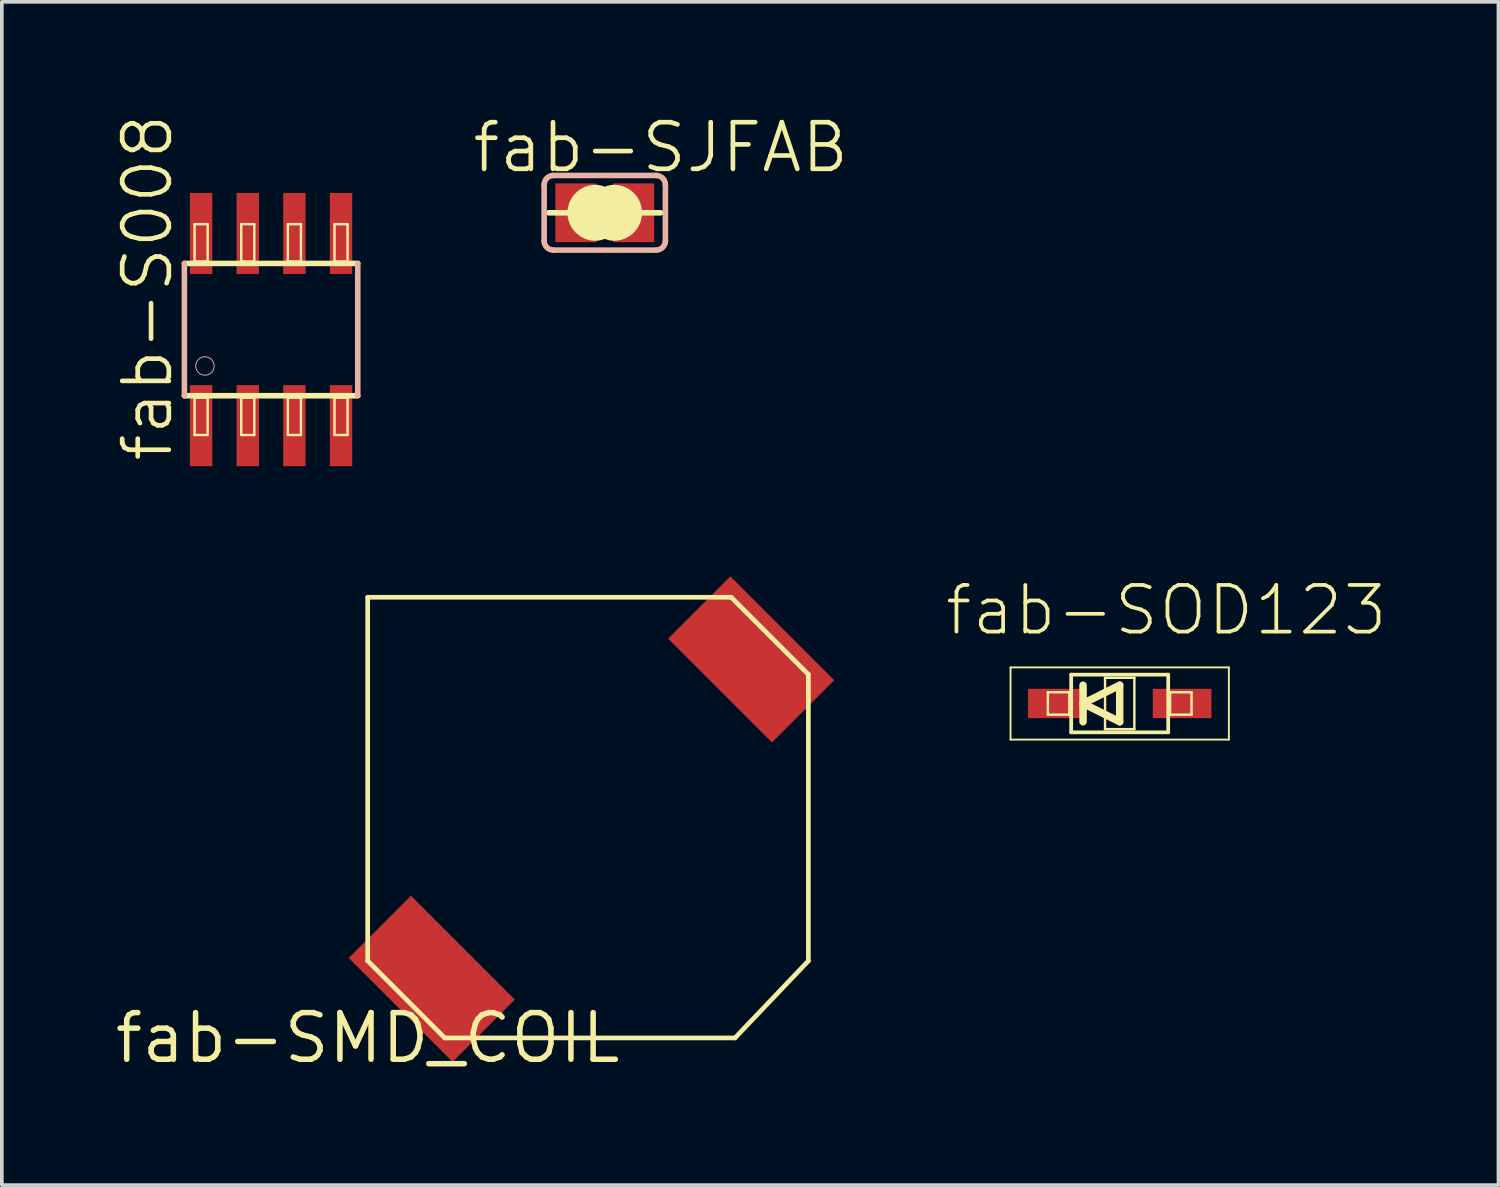
<source format=kicad_pcb>
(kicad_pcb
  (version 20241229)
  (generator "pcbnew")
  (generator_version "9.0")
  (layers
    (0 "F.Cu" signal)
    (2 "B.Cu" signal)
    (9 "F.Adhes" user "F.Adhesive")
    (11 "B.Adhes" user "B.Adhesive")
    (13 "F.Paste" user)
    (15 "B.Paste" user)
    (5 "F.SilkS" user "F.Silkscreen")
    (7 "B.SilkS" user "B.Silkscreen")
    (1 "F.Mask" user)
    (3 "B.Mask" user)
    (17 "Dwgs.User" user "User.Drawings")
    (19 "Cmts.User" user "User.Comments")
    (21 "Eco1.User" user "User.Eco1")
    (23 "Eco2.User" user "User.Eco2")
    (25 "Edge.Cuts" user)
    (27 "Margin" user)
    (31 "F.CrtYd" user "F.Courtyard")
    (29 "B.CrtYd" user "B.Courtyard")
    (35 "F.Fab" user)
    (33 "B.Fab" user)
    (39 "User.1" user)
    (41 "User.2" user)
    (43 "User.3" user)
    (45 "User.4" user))
  (footprint "fab-SJFAB"
    (layer "F.Cu")
    (at 13.417 2.744)
    (property "Reference" "fab-SJFAB" (at 1.524 -1.778 0) (layer "F.SilkS") (effects (font (size 1.27 1.27) (thickness 0.127))))
    (attr smd)
    (fp_line (start -1.016 0) (end -1.524 0) (stroke (width 0.152) (type solid)) (layer "F.SilkS"))
    (fp_line (start 1.016 0) (end 1.524 0) (stroke (width 0.152) (type solid)) (layer "F.SilkS"))
    (fp_arc (start -0.254 0.127) (mid -0.381 0) (end -0.254 -0.127) (stroke (width 1.27) (type solid)) (layer "F.SilkS"))
    (fp_arc (start 0.254 -0.127) (mid 0.381 0) (end 0.254 0.127) (stroke (width 1.27) (type solid)) (layer "F.SilkS"))
    (fp_line (start -1.651 0.762) (end -1.651 -0.762) (stroke (width 0.152) (type solid)) (layer "B.SilkS"))
    (fp_line (start -1.397 -1.016) (end 1.397 -1.016) (stroke (width 0.152) (type solid)) (layer "B.SilkS"))
    (fp_line (start 1.397 1.016) (end -1.397 1.016) (stroke (width 0.152) (type solid)) (layer "B.SilkS"))
    (fp_line (start 1.651 0.762) (end 1.651 -0.762) (stroke (width 0.152) (type solid)) (layer "B.SilkS"))
    (fp_arc (start -1.651 -0.762) (mid -1.576605 -0.941605) (end -1.397 -1.016) (stroke (width 0.1524) (type solid)) (layer "B.SilkS"))
    (fp_arc (start -1.397 1.016) (mid -1.576605 0.941605) (end -1.651 0.762) (stroke (width 0.1524) (type solid)) (layer "B.SilkS"))
    (fp_arc (start 1.397 -1.016) (mid 1.576605 -0.941605) (end 1.651 -0.762) (stroke (width 0.1524) (type solid)) (layer "B.SilkS"))
    (fp_arc (start 1.651 0.762) (mid 1.576605 0.941605) (end 1.397 1.016) (stroke (width 0.1524) (type solid)) (layer "B.SilkS"))
    (pad "1" smd rect (at -0.787 0) (size 1.118 1.6) (layers "F.Cu" "F.Mask" "F.Paste"))
    (pad "2" smd rect (at 0.787 0) (size 1.118 1.6) (layers "F.Cu" "F.Mask" "F.Paste")))
  (footprint "fab-SOD123"
    (layer "F.Cu")
    (at 27.438 16.105)
    (property "Reference" "fab-SOD123" (at 1.27 -2.54 0) (layer "F.SilkS") (effects (font (size 1.27 1.27) (thickness 0.102))))
    (attr smd)
    (fp_line (start -2.972 -0.983) (end 2.972 -0.983) (stroke (width 0.051) (type solid)) (layer "F.SilkS"))
    (fp_line (start -2.972 0.983) (end -2.972 -0.983) (stroke (width 0.051) (type solid)) (layer "F.SilkS"))
    (fp_line (start -1.956 -0.305) (end -1.372 -0.305) (stroke (width 0.066) (type solid)) (layer "F.SilkS"))
    (fp_line (start -1.956 0.305) (end -1.956 -0.305) (stroke (width 0.066) (type solid)) (layer "F.SilkS"))
    (fp_line (start -1.956 0.305) (end -1.372 0.305) (stroke (width 0.066) (type solid)) (layer "F.SilkS"))
    (fp_line (start -1.372 0.305) (end -1.372 -0.305) (stroke (width 0.066) (type solid)) (layer "F.SilkS"))
    (fp_line (start -1.321 -0.785) (end 1.321 -0.785) (stroke (width 0.102) (type solid)) (layer "F.SilkS"))
    (fp_line (start -1.321 0.785) (end -1.321 -0.785) (stroke (width 0.102) (type solid)) (layer "F.SilkS"))
    (fp_line (start -1.321 0.785) (end 1.321 0.785) (stroke (width 0.102) (type solid)) (layer "F.SilkS"))
    (fp_line (start -0.998 -0.498) (end -0.998 0) (stroke (width 0.203) (type solid)) (layer "F.SilkS"))
    (fp_line (start -0.998 0) (end -0.998 0.498) (stroke (width 0.203) (type solid)) (layer "F.SilkS"))
    (fp_line (start -0.998 0) (end 0 -0.498) (stroke (width 0.203) (type solid)) (layer "F.SilkS"))
    (fp_line (start -0.399 -0.699) (end 0.399 -0.699) (stroke (width 0.066) (type solid)) (layer "F.SilkS"))
    (fp_line (start -0.399 0.699) (end -0.399 -0.699) (stroke (width 0.066) (type solid)) (layer "F.SilkS"))
    (fp_line (start -0.399 0.699) (end 0.399 0.699) (stroke (width 0.066) (type solid)) (layer "F.SilkS"))
    (fp_line (start 0 -0.498) (end 0 0.498) (stroke (width 0.203) (type solid)) (layer "F.SilkS"))
    (fp_line (start 0 0.498) (end -0.998 0) (stroke (width 0.203) (type solid)) (layer "F.SilkS"))
    (fp_line (start 0.399 0.699) (end 0.399 -0.699) (stroke (width 0.066) (type solid)) (layer "F.SilkS"))
    (fp_line (start 1.321 0.785) (end 1.321 -0.785) (stroke (width 0.102) (type solid)) (layer "F.SilkS"))
    (fp_line (start 1.372 -0.305) (end 1.956 -0.305) (stroke (width 0.066) (type solid)) (layer "F.SilkS"))
    (fp_line (start 1.372 0.305) (end 1.372 -0.305) (stroke (width 0.066) (type solid)) (layer "F.SilkS"))
    (fp_line (start 1.372 0.305) (end 1.956 0.305) (stroke (width 0.066) (type solid)) (layer "F.SilkS"))
    (fp_line (start 1.956 0.305) (end 1.956 -0.305) (stroke (width 0.066) (type solid)) (layer "F.SilkS"))
    (fp_line (start 2.972 -0.983) (end 2.972 0.983) (stroke (width 0.051) (type solid)) (layer "F.SilkS"))
    (fp_line (start 2.972 0.983) (end -2.972 0.983) (stroke (width 0.051) (type solid)) (layer "F.SilkS"))
    (pad "ANODE" smd rect (at 1.699 0) (size 1.598 0.798) (layers "F.Cu" "F.Mask" "F.Paste"))
    (pad "CATHODE" smd rect (at -1.699 0) (size 1.598 0.798) (layers "F.Cu" "F.Mask" "F.Paste")))
  (footprint "fab-S008"
    (layer "F.Cu")
    (at 4.331 5.924)
    (property "Reference" "fab-S008" (at -3.365 -1.143 90) (layer "F.SilkS") (effects (font (size 1.27 1.27) (thickness 0.127))))
    (attr smd)
    (fp_line (start -2.36 1.801) (end 2.36 1.801) (stroke (width 0.152) (type solid)) (layer "F.SilkS"))
    (fp_line (start -2.083 -2.87) (end -1.727 -2.87) (stroke (width 0.066) (type solid)) (layer "F.SilkS"))
    (fp_line (start -2.083 -1.854) (end -2.083 -2.87) (stroke (width 0.066) (type solid)) (layer "F.SilkS"))
    (fp_line (start -2.083 -1.854) (end -1.727 -1.854) (stroke (width 0.066) (type solid)) (layer "F.SilkS"))
    (fp_line (start -2.083 1.854) (end -1.727 1.854) (stroke (width 0.066) (type solid)) (layer "F.SilkS"))
    (fp_line (start -2.083 2.87) (end -2.083 1.854) (stroke (width 0.066) (type solid)) (layer "F.SilkS"))
    (fp_line (start -2.083 2.87) (end -1.727 2.87) (stroke (width 0.066) (type solid)) (layer "F.SilkS"))
    (fp_line (start -1.727 -1.854) (end -1.727 -2.87) (stroke (width 0.066) (type solid)) (layer "F.SilkS"))
    (fp_line (start -1.727 2.87) (end -1.727 1.854) (stroke (width 0.066) (type solid)) (layer "F.SilkS"))
    (fp_line (start -0.813 -2.87) (end -0.457 -2.87) (stroke (width 0.066) (type solid)) (layer "F.SilkS"))
    (fp_line (start -0.813 -1.854) (end -0.813 -2.87) (stroke (width 0.066) (type solid)) (layer "F.SilkS"))
    (fp_line (start -0.813 -1.854) (end -0.457 -1.854) (stroke (width 0.066) (type solid)) (layer "F.SilkS"))
    (fp_line (start -0.813 1.854) (end -0.457 1.854) (stroke (width 0.066) (type solid)) (layer "F.SilkS"))
    (fp_line (start -0.813 2.87) (end -0.813 1.854) (stroke (width 0.066) (type solid)) (layer "F.SilkS"))
    (fp_line (start -0.813 2.87) (end -0.457 2.87) (stroke (width 0.066) (type solid)) (layer "F.SilkS"))
    (fp_line (start -0.457 -1.854) (end -0.457 -2.87) (stroke (width 0.066) (type solid)) (layer "F.SilkS"))
    (fp_line (start -0.457 2.87) (end -0.457 1.854) (stroke (width 0.066) (type solid)) (layer "F.SilkS"))
    (fp_line (start 0.457 -2.87) (end 0.813 -2.87) (stroke (width 0.066) (type solid)) (layer "F.SilkS"))
    (fp_line (start 0.457 -1.854) (end 0.457 -2.87) (stroke (width 0.066) (type solid)) (layer "F.SilkS"))
    (fp_line (start 0.457 -1.854) (end 0.813 -1.854) (stroke (width 0.066) (type solid)) (layer "F.SilkS"))
    (fp_line (start 0.457 1.854) (end 0.813 1.854) (stroke (width 0.066) (type solid)) (layer "F.SilkS"))
    (fp_line (start 0.457 2.87) (end 0.457 1.854) (stroke (width 0.066) (type solid)) (layer "F.SilkS"))
    (fp_line (start 0.457 2.87) (end 0.813 2.87) (stroke (width 0.066) (type solid)) (layer "F.SilkS"))
    (fp_line (start 0.813 -1.854) (end 0.813 -2.87) (stroke (width 0.066) (type solid)) (layer "F.SilkS"))
    (fp_line (start 0.813 2.87) (end 0.813 1.854) (stroke (width 0.066) (type solid)) (layer "F.SilkS"))
    (fp_line (start 1.727 -2.87) (end 2.083 -2.87) (stroke (width 0.066) (type solid)) (layer "F.SilkS"))
    (fp_line (start 1.727 -1.854) (end 1.727 -2.87) (stroke (width 0.066) (type solid)) (layer "F.SilkS"))
    (fp_line (start 1.727 -1.854) (end 2.083 -1.854) (stroke (width 0.066) (type solid)) (layer "F.SilkS"))
    (fp_line (start 1.727 1.854) (end 2.083 1.854) (stroke (width 0.066) (type solid)) (layer "F.SilkS"))
    (fp_line (start 1.727 2.87) (end 1.727 1.854) (stroke (width 0.066) (type solid)) (layer "F.SilkS"))
    (fp_line (start 1.727 2.87) (end 2.083 2.87) (stroke (width 0.066) (type solid)) (layer "F.SilkS"))
    (fp_line (start 2.083 -1.854) (end 2.083 -2.87) (stroke (width 0.066) (type solid)) (layer "F.SilkS"))
    (fp_line (start 2.083 2.87) (end 2.083 1.854) (stroke (width 0.066) (type solid)) (layer "F.SilkS"))
    (fp_line (start 2.36 -1.801) (end -2.36 -1.801) (stroke (width 0.152) (type solid)) (layer "F.SilkS"))
    (fp_line (start -2.36 -1.801) (end -2.36 1.801) (stroke (width 0.152) (type solid)) (layer "B.SilkS"))
    (fp_line (start 2.36 1.801) (end 2.36 -1.801) (stroke (width 0.152) (type solid)) (layer "B.SilkS"))
    (fp_circle (center -1.801 0.991) (end -1.979 1.168) (stroke (width 0.025) (type solid)) (fill no) (layer "B.SilkS"))
    (pad "1" smd rect (at -1.905 2.616) (size 0.61 2.207) (layers "F.Cu" "F.Mask" "F.Paste"))
    (pad "2" smd rect (at -0.635 2.616) (size 0.61 2.207) (layers "F.Cu" "F.Mask" "F.Paste"))
    (pad "3" smd rect (at 0.635 2.616) (size 0.61 2.207) (layers "F.Cu" "F.Mask" "F.Paste"))
    (pad "4" smd rect (at 1.905 2.616) (size 0.61 2.207) (layers "F.Cu" "F.Mask" "F.Paste"))
    (pad "5" smd rect (at 1.905 -2.616) (size 0.61 2.207) (layers "F.Cu" "F.Mask" "F.Paste"))
    (pad "6" smd rect (at 0.635 -2.616) (size 0.61 2.207) (layers "F.Cu" "F.Mask" "F.Paste"))
    (pad "7" smd rect (at -0.635 -2.616) (size 0.61 2.207) (layers "F.Cu" "F.Mask" "F.Paste"))
    (pad "8" smd rect (at -1.905 -2.616) (size 0.61 2.207) (layers "F.Cu" "F.Mask" "F.Paste")))
  (footprint "fab-SMD_COIL"
    (layer "F.Cu")
    (at 6.962 25.212)
    (property "Reference" "fab-SMD_COIL" (at 0 0 0) (layer "F.SilkS") (effects (font (size 1.27 1.27) (thickness 0.15))))
    (attr smd)
    (fp_line (start 0 -11.999) (end 9.898 -11.999) (stroke (width 0.127) (type solid)) (layer "F.SilkS"))
    (fp_line (start 0 -2.098) (end 0 -11.999) (stroke (width 0.127) (type solid)) (layer "F.SilkS"))
    (fp_line (start 2.098 0) (end 0 -2.098) (stroke (width 0.127) (type solid)) (layer "F.SilkS"))
    (fp_line (start 9.898 -11.999) (end 11.999 -9.898) (stroke (width 0.127) (type solid)) (layer "F.SilkS"))
    (fp_line (start 10 0) (end 2.098 0) (stroke (width 0.127) (type solid)) (layer "F.SilkS"))
    (fp_line (start 11.999 -9.898) (end 11.999 -2.098) (stroke (width 0.127) (type solid)) (layer "F.SilkS"))
    (fp_line (start 11.999 -2.098) (end 10 0) (stroke (width 0.127) (type solid)) (layer "F.SilkS"))
    (pad "P$1" smd rect (at 10.442 -10.307 135) (size 3.998 2.398) (layers "F.Cu" "F.Mask" "F.Paste"))
    (pad "P$2" smd rect (at 1.745 -1.61 135) (size 3.998 2.398) (layers "F.Cu" "F.Mask" "F.Paste")))
  (gr_rect
    (start -3 -3)
    (end 37.751 29.218)
    (stroke (width 0.1) (type default))
    (fill no)
    (layer "Edge.Cuts")))
</source>
